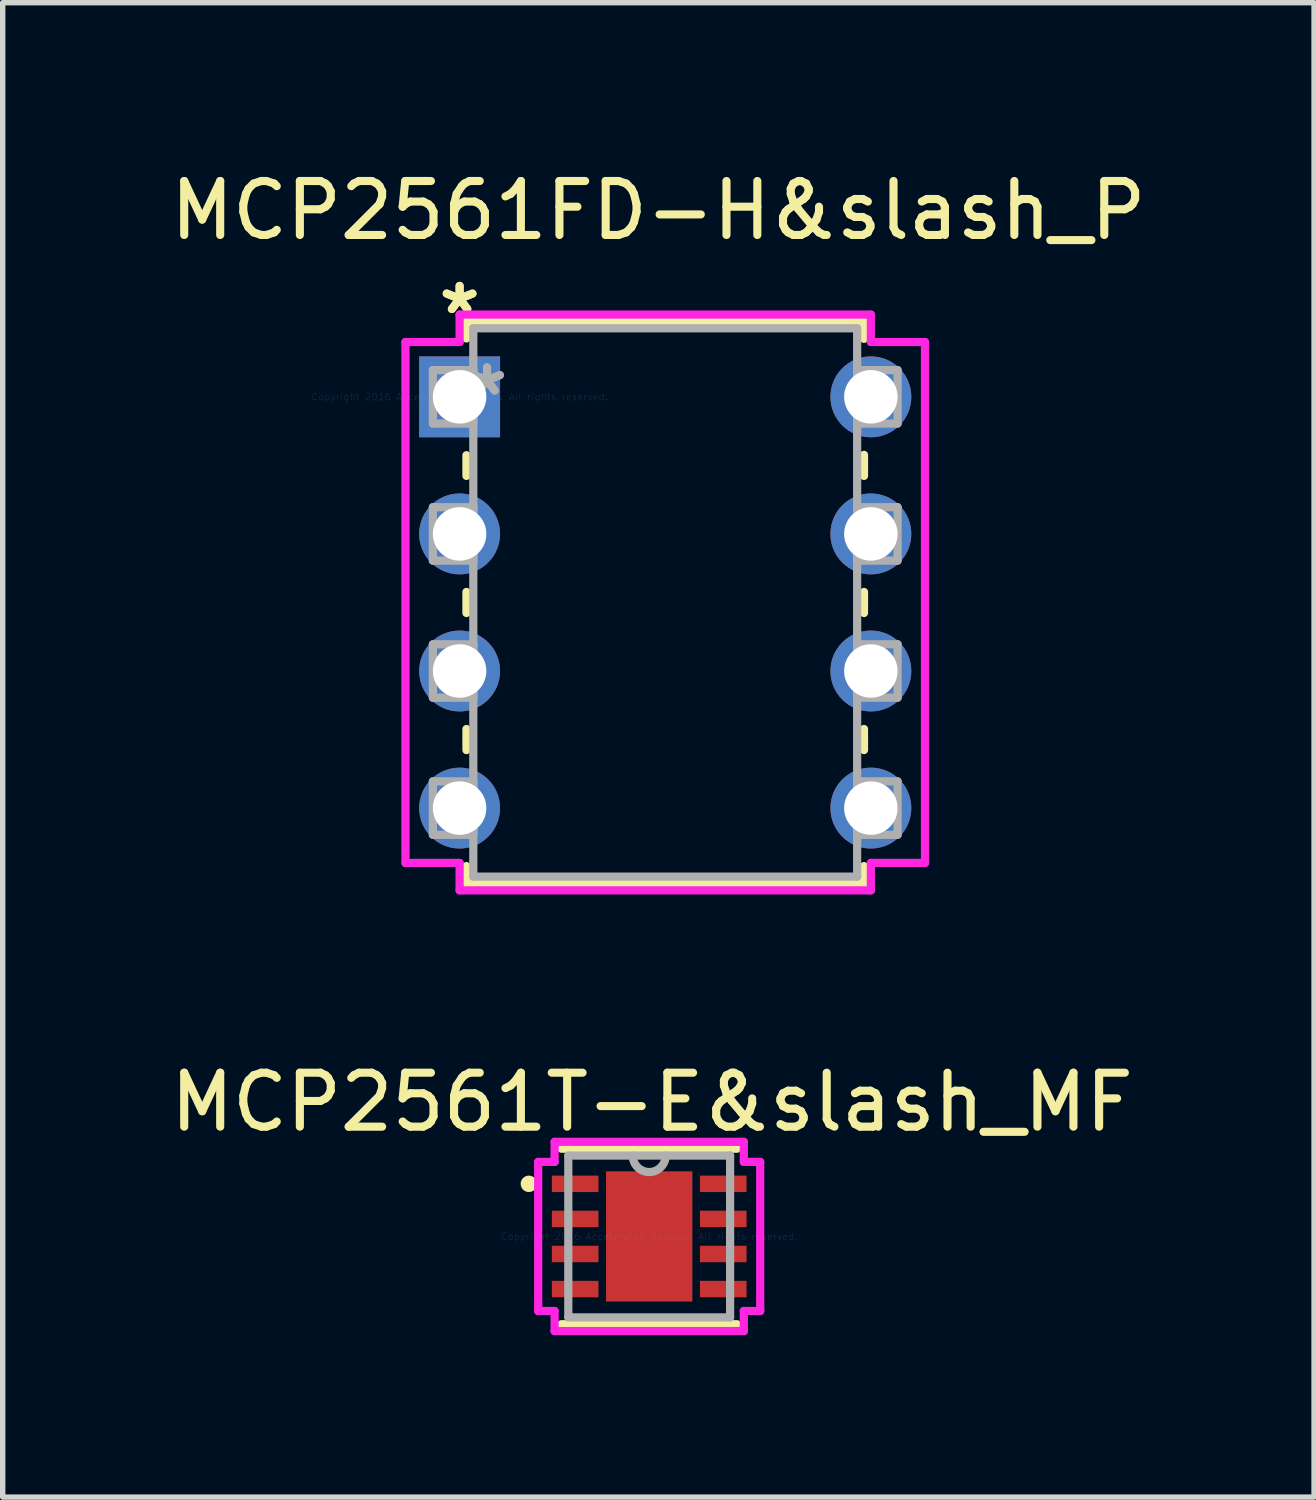
<source format=kicad_pcb>
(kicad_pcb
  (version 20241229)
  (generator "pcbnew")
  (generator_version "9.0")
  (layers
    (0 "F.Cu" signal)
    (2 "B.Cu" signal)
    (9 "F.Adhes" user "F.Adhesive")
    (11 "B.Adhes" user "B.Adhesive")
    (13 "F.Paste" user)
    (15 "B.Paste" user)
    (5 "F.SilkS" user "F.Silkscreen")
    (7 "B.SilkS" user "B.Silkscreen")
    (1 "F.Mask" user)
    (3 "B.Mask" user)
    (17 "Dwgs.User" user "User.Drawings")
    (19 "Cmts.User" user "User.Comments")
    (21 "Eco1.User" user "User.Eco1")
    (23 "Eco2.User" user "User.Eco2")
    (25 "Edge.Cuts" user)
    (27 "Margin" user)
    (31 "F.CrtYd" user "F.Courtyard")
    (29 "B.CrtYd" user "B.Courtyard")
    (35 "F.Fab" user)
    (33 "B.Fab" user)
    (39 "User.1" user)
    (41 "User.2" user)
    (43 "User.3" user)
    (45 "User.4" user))
  (footprint "MCP2561FD-H&slash_P"
    (layer "F.Cu")
    (at 5.466 4.303)
    (property "Reference" "MCP2561FD-H&slash_P" (at 3.683 -3.454 0) (layer "F.SilkS") (effects (font (size 1 1) (thickness 0.15))))
    (attr through_hole)
    (fp_line (start 0.127 -1.397) (end 0.127 -1.082) (stroke (width 0.152) (type solid)) (layer "F.SilkS"))
    (fp_line (start 0.127 1.082) (end 0.127 1.465) (stroke (width 0.152) (type solid)) (layer "F.SilkS"))
    (fp_line (start 0.127 3.615) (end 0.127 4.005) (stroke (width 0.152) (type solid)) (layer "F.SilkS"))
    (fp_line (start 0.127 6.155) (end 0.127 6.545) (stroke (width 0.152) (type solid)) (layer "F.SilkS"))
    (fp_line (start 0.127 8.695) (end 0.127 9.017) (stroke (width 0.152) (type solid)) (layer "F.SilkS"))
    (fp_line (start 0.127 9.017) (end 7.493 9.017) (stroke (width 0.152) (type solid)) (layer "F.SilkS"))
    (fp_line (start 7.493 -1.397) (end 0.127 -1.397) (stroke (width 0.152) (type solid)) (layer "F.SilkS"))
    (fp_line (start 7.493 -1.075) (end 7.493 -1.397) (stroke (width 0.152) (type solid)) (layer "F.SilkS"))
    (fp_line (start 7.493 1.465) (end 7.493 1.075) (stroke (width 0.152) (type solid)) (layer "F.SilkS"))
    (fp_line (start 7.493 4.005) (end 7.493 3.615) (stroke (width 0.152) (type solid)) (layer "F.SilkS"))
    (fp_line (start 7.493 6.545) (end 7.493 6.155) (stroke (width 0.152) (type solid)) (layer "F.SilkS"))
    (fp_line (start 7.493 9.017) (end 7.493 8.695) (stroke (width 0.152) (type solid)) (layer "F.SilkS"))
    (fp_line (start -1.003 -1.016) (end -1.003 8.636) (stroke (width 0.152) (type solid)) (layer "F.CrtYd"))
    (fp_line (start -1.003 8.636) (end 0 8.636) (stroke (width 0.152) (type solid)) (layer "F.CrtYd"))
    (fp_line (start 0 -1.524) (end 0 -1.016) (stroke (width 0.152) (type solid)) (layer "F.CrtYd"))
    (fp_line (start 0 -1.016) (end -1.003 -1.016) (stroke (width 0.152) (type solid)) (layer "F.CrtYd"))
    (fp_line (start 0 8.636) (end 0 9.144) (stroke (width 0.152) (type solid)) (layer "F.CrtYd"))
    (fp_line (start 0 9.144) (end 7.62 9.144) (stroke (width 0.152) (type solid)) (layer "F.CrtYd"))
    (fp_line (start 7.62 -1.524) (end 0 -1.524) (stroke (width 0.152) (type solid)) (layer "F.CrtYd"))
    (fp_line (start 7.62 -1.016) (end 7.62 -1.524) (stroke (width 0.152) (type solid)) (layer "F.CrtYd"))
    (fp_line (start 7.62 8.636) (end 8.623 8.636) (stroke (width 0.152) (type solid)) (layer "F.CrtYd"))
    (fp_line (start 7.62 9.144) (end 7.62 8.636) (stroke (width 0.152) (type solid)) (layer "F.CrtYd"))
    (fp_line (start 8.623 -1.016) (end 7.62 -1.016) (stroke (width 0.152) (type solid)) (layer "F.CrtYd"))
    (fp_line (start 8.623 8.636) (end 8.623 -1.016) (stroke (width 0.152) (type solid)) (layer "F.CrtYd"))
    (fp_line (start -0.495 -0.495) (end -0.495 0.495) (stroke (width 0.152) (type solid)) (layer "F.Fab"))
    (fp_line (start -0.495 0.495) (end 0.254 0.495) (stroke (width 0.152) (type solid)) (layer "F.Fab"))
    (fp_line (start -0.495 2.045) (end -0.495 3.035) (stroke (width 0.152) (type solid)) (layer "F.Fab"))
    (fp_line (start -0.495 3.035) (end 0.254 3.035) (stroke (width 0.152) (type solid)) (layer "F.Fab"))
    (fp_line (start -0.495 4.585) (end -0.495 5.575) (stroke (width 0.152) (type solid)) (layer "F.Fab"))
    (fp_line (start -0.495 5.575) (end 0.254 5.575) (stroke (width 0.152) (type solid)) (layer "F.Fab"))
    (fp_line (start -0.495 7.125) (end -0.495 8.115) (stroke (width 0.152) (type solid)) (layer "F.Fab"))
    (fp_line (start -0.495 8.115) (end 0.254 8.115) (stroke (width 0.152) (type solid)) (layer "F.Fab"))
    (fp_line (start 0.254 -1.27) (end 0.254 8.89) (stroke (width 0.152) (type solid)) (layer "F.Fab"))
    (fp_line (start 0.254 -0.495) (end -0.495 -0.495) (stroke (width 0.152) (type solid)) (layer "F.Fab"))
    (fp_line (start 0.254 0.495) (end 0.254 -0.495) (stroke (width 0.152) (type solid)) (layer "F.Fab"))
    (fp_line (start 0.254 2.045) (end -0.495 2.045) (stroke (width 0.152) (type solid)) (layer "F.Fab"))
    (fp_line (start 0.254 3.035) (end 0.254 2.045) (stroke (width 0.152) (type solid)) (layer "F.Fab"))
    (fp_line (start 0.254 4.585) (end -0.495 4.585) (stroke (width 0.152) (type solid)) (layer "F.Fab"))
    (fp_line (start 0.254 5.575) (end 0.254 4.585) (stroke (width 0.152) (type solid)) (layer "F.Fab"))
    (fp_line (start 0.254 7.125) (end -0.495 7.125) (stroke (width 0.152) (type solid)) (layer "F.Fab"))
    (fp_line (start 0.254 8.115) (end 0.254 7.125) (stroke (width 0.152) (type solid)) (layer "F.Fab"))
    (fp_line (start 0.254 8.89) (end 7.366 8.89) (stroke (width 0.152) (type solid)) (layer "F.Fab"))
    (fp_line (start 7.366 -1.27) (end 0.254 -1.27) (stroke (width 0.152) (type solid)) (layer "F.Fab"))
    (fp_line (start 7.366 -0.495) (end 7.366 0.495) (stroke (width 0.152) (type solid)) (layer "F.Fab"))
    (fp_line (start 7.366 0.495) (end 8.115 0.495) (stroke (width 0.152) (type solid)) (layer "F.Fab"))
    (fp_line (start 7.366 2.045) (end 7.366 3.035) (stroke (width 0.152) (type solid)) (layer "F.Fab"))
    (fp_line (start 7.366 3.035) (end 8.115 3.035) (stroke (width 0.152) (type solid)) (layer "F.Fab"))
    (fp_line (start 7.366 4.585) (end 7.366 5.575) (stroke (width 0.152) (type solid)) (layer "F.Fab"))
    (fp_line (start 7.366 5.575) (end 8.115 5.575) (stroke (width 0.152) (type solid)) (layer "F.Fab"))
    (fp_line (start 7.366 7.125) (end 7.366 8.115) (stroke (width 0.152) (type solid)) (layer "F.Fab"))
    (fp_line (start 7.366 8.115) (end 8.115 8.115) (stroke (width 0.152) (type solid)) (layer "F.Fab"))
    (fp_line (start 7.366 8.89) (end 7.366 -1.27) (stroke (width 0.152) (type solid)) (layer "F.Fab"))
    (fp_line (start 8.115 -0.495) (end 7.366 -0.495) (stroke (width 0.152) (type solid)) (layer "F.Fab"))
    (fp_line (start 8.115 0.495) (end 8.115 -0.495) (stroke (width 0.152) (type solid)) (layer "F.Fab"))
    (fp_line (start 8.115 2.045) (end 7.366 2.045) (stroke (width 0.152) (type solid)) (layer "F.Fab"))
    (fp_line (start 8.115 3.035) (end 8.115 2.045) (stroke (width 0.152) (type solid)) (layer "F.Fab"))
    (fp_line (start 8.115 4.585) (end 7.366 4.585) (stroke (width 0.152) (type solid)) (layer "F.Fab"))
    (fp_line (start 8.115 5.575) (end 8.115 4.585) (stroke (width 0.152) (type solid)) (layer "F.Fab"))
    (fp_line (start 8.115 7.125) (end 7.366 7.125) (stroke (width 0.152) (type solid)) (layer "F.Fab"))
    (fp_line (start 8.115 8.115) (end 8.115 7.125) (stroke (width 0.152) (type solid)) (layer "F.Fab"))
    (fp_text user "*" (at 0 -1.511 0) (layer "F.SilkS") (effects (font (size 1 1) (thickness 0.15))))
    (fp_text user "*" (at 0 -1.511 0) (layer "F.SilkS") (effects (font (size 1 1) (thickness 0.15))))
    (fp_text user "Copyright 2016 Accelerated Designs. All rights reserved." (at 0 0 0) (layer "Cmts.User") (effects (font (size 0.127 0.127) (thickness 0.002))))
    (fp_text user "*" (at 0.508 0 0) (layer "F.Fab") (effects (font (size 1 1) (thickness 0.15))))
    (fp_text user "*" (at 0.508 0 0) (layer "F.Fab") (effects (font (size 1 1) (thickness 0.15))))
    (pad "1" thru_hole rect (at 0 0) (size 1.499 1.499) (drill 0.991) (layers "*.Cu" "*.Mask"))
    (pad "2" thru_hole circle (at 0 2.54) (size 1.499 1.499) (drill 0.991) (layers "*.Cu" "*.Mask"))
    (pad "3" thru_hole circle (at 0 5.08) (size 1.499 1.499) (drill 0.991) (layers "*.Cu" "*.Mask"))
    (pad "4" thru_hole circle (at 0 7.62) (size 1.499 1.499) (drill 0.991) (layers "*.Cu" "*.Mask"))
    (pad "5" thru_hole circle (at 7.62 7.62) (size 1.499 1.499) (drill 0.991) (layers "*.Cu" "*.Mask"))
    (pad "6" thru_hole circle (at 7.62 5.08) (size 1.499 1.499) (drill 0.991) (layers "*.Cu" "*.Mask"))
    (pad "7" thru_hole circle (at 7.62 2.54) (size 1.499 1.499) (drill 0.991) (layers "*.Cu" "*.Mask"))
    (pad "8" thru_hole circle (at 7.62 0) (size 1.499 1.499) (drill 0.991) (layers "*.Cu" "*.Mask")))
  (footprint "MCP2561T-E&slash_MF"
    (layer "F.Cu")
    (at 8.979 19.86)
    (property "Reference" "MCP2561T-E&slash_MF" (at 0.051 -2.489 0) (layer "F.SilkS") (effects (font (size 1 1) (thickness 0.15))))
    (attr through_hole)
    (fp_line (start -1.626 1.626) (end 1.626 1.626) (stroke (width 0.152) (type solid)) (layer "F.SilkS"))
    (fp_line (start 1.626 -1.626) (end -1.626 -1.626) (stroke (width 0.152) (type solid)) (layer "F.SilkS"))
    (fp_circle (center -2.23 -0.975) (end -2.154 -0.975) (stroke (width 0.152) (type solid)) (fill no) (layer "F.SilkS"))
    (fp_line (start -2.057 -1.381) (end -1.753 -1.381) (stroke (width 0.152) (type solid)) (layer "F.CrtYd"))
    (fp_line (start -2.057 1.381) (end -2.057 -1.381) (stroke (width 0.152) (type solid)) (layer "F.CrtYd"))
    (fp_line (start -1.753 -1.753) (end 1.753 -1.753) (stroke (width 0.152) (type solid)) (layer "F.CrtYd"))
    (fp_line (start -1.753 -1.381) (end -1.753 -1.753) (stroke (width 0.152) (type solid)) (layer "F.CrtYd"))
    (fp_line (start -1.753 1.381) (end -2.057 1.381) (stroke (width 0.152) (type solid)) (layer "F.CrtYd"))
    (fp_line (start -1.753 1.753) (end -1.753 1.381) (stroke (width 0.152) (type solid)) (layer "F.CrtYd"))
    (fp_line (start 1.753 -1.753) (end 1.753 -1.381) (stroke (width 0.152) (type solid)) (layer "F.CrtYd"))
    (fp_line (start 1.753 -1.381) (end 2.057 -1.381) (stroke (width 0.152) (type solid)) (layer "F.CrtYd"))
    (fp_line (start 1.753 1.381) (end 1.753 1.753) (stroke (width 0.152) (type solid)) (layer "F.CrtYd"))
    (fp_line (start 1.753 1.753) (end -1.753 1.753) (stroke (width 0.152) (type solid)) (layer "F.CrtYd"))
    (fp_line (start 2.057 -1.381) (end 2.057 1.381) (stroke (width 0.152) (type solid)) (layer "F.CrtYd"))
    (fp_line (start 2.057 1.381) (end 1.753 1.381) (stroke (width 0.152) (type solid)) (layer "F.CrtYd"))
    (fp_line (start -1.499 -1.499) (end -1.499 1.499) (stroke (width 0.152) (type solid)) (layer "F.Fab"))
    (fp_line (start -1.499 1.499) (end 1.499 1.499) (stroke (width 0.152) (type solid)) (layer "F.Fab"))
    (fp_line (start 1.499 -1.499) (end -1.499 -1.499) (stroke (width 0.152) (type solid)) (layer "F.Fab"))
    (fp_line (start 1.499 1.499) (end 1.499 -1.499) (stroke (width 0.152) (type solid)) (layer "F.Fab"))
    (fp_arc (start 0.3048 -1.4986) (mid 0 -1.1938) (end -0.3048 -1.4986) (stroke (width 0.1524) (type solid)) (layer "F.Fab"))
    (fp_text user "Copyright 2016 Accelerated Designs. All rights reserved." (at 0 0 0) (layer "Cmts.User") (effects (font (size 0.127 0.127) (thickness 0.002))))
    (pad "1" smd rect (at -1.372 -0.975) (size 0.864 0.305) (layers "F.Cu" "F.Mask" "F.Paste"))
    (pad "2" smd rect (at -1.372 -0.325) (size 0.864 0.305) (layers "F.Cu" "F.Mask" "F.Paste"))
    (pad "3" smd rect (at -1.372 0.325) (size 0.864 0.305) (layers "F.Cu" "F.Mask" "F.Paste"))
    (pad "4" smd rect (at -1.372 0.975) (size 0.864 0.305) (layers "F.Cu" "F.Mask" "F.Paste"))
    (pad "5" smd rect (at 1.372 0.975) (size 0.864 0.305) (layers "F.Cu" "F.Mask" "F.Paste"))
    (pad "6" smd rect (at 1.372 0.325) (size 0.864 0.305) (layers "F.Cu" "F.Mask" "F.Paste"))
    (pad "7" smd rect (at 1.372 -0.325) (size 0.864 0.305) (layers "F.Cu" "F.Mask" "F.Paste"))
    (pad "8" smd rect (at 1.372 -0.975) (size 0.864 0.305) (layers "F.Cu" "F.Mask" "F.Paste"))
    (pad "9" smd rect (at 0 0) (size 1.6 2.413) (layers "F.Cu" "F.Mask" "F.Paste")))
  (gr_rect
    (start -3 -3)
    (end 21.298 24.689)
    (stroke (width 0.1) (type default))
    (fill no)
    (layer "Edge.Cuts")))
</source>
